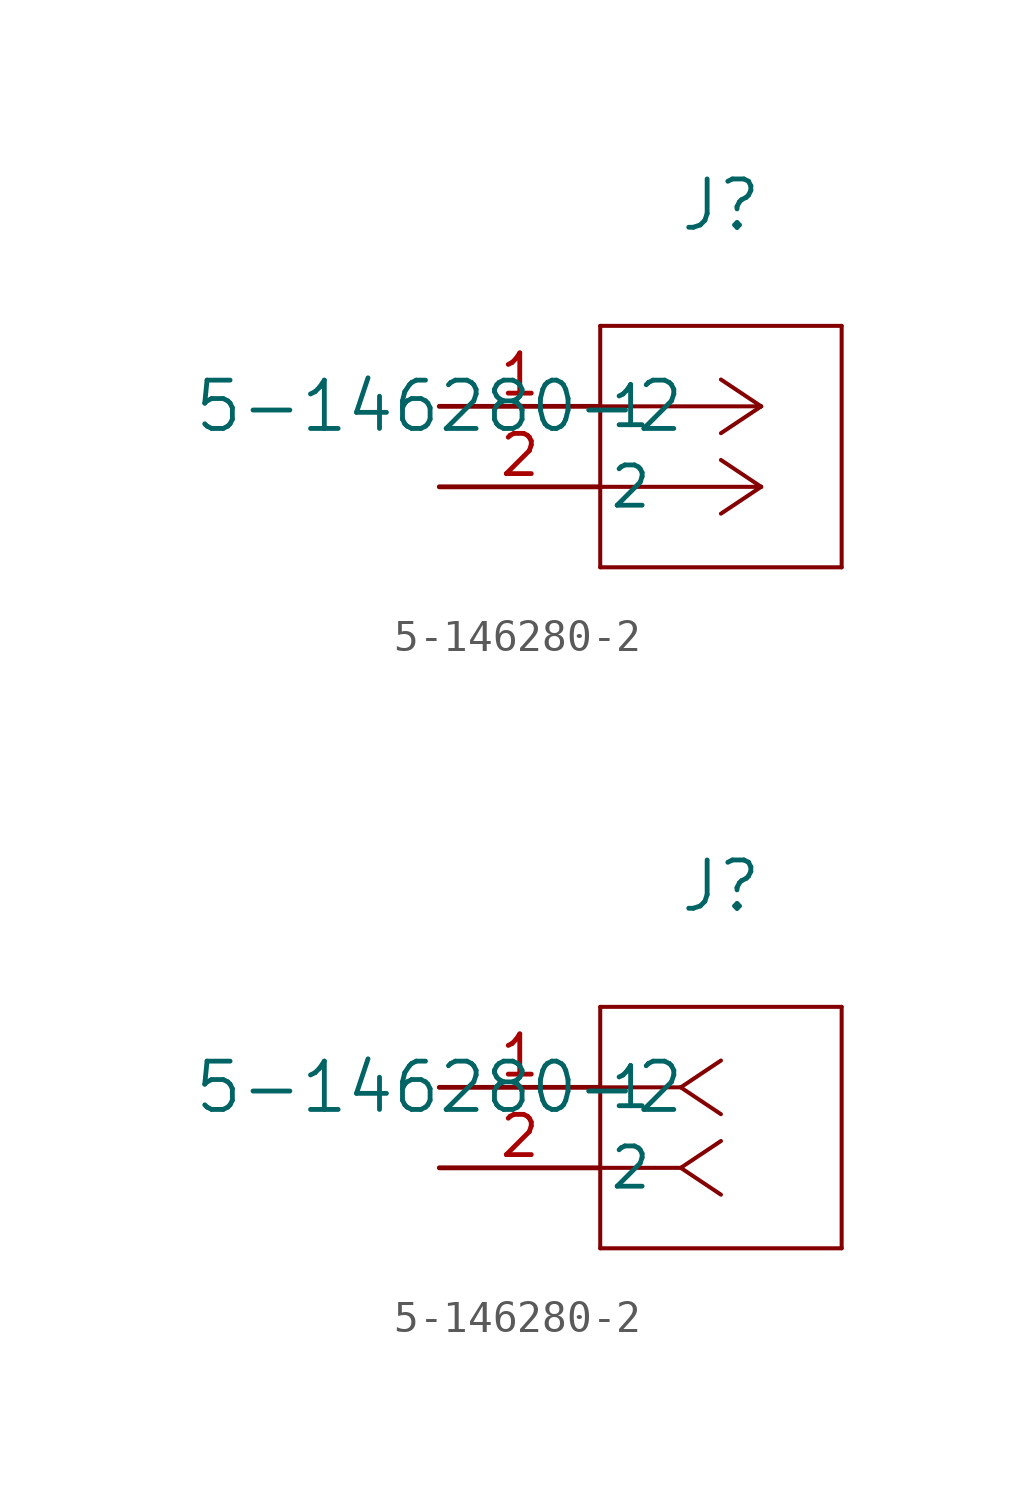
<source format=kicad_sym>
(kicad_symbol_lib
  (version 20211014)
  (generator kicad_symbol_editor)
  (symbol "5-146280-2"
    (pin_names
      (offset 0.254))
    (property "Reference" "J"
      (at 8.89 6.35 0)
      (effects (font (size 1.524 1.524))))
    (property "Value" "5-146280-2"
      (at 0 0 0)
      (effects (font (size 1.524 1.524))))
    (symbol "5-146280-2_1_1"
      (polyline (pts (xy 10.16 0) (xy 5.08 0)) (stroke (width 0.127) (type default) (color 0 0 0 0)) (fill (type none)))
      (polyline (pts (xy 10.16 -2.54) (xy 5.08 -2.54)) (stroke (width 0.127) (type default) (color 0 0 0 0)) (fill (type none)))
      (polyline (pts (xy 10.16 0) (xy 8.89 0.847)) (stroke (width 0.127) (type default) (color 0 0 0 0)) (fill (type none)))
      (polyline (pts (xy 10.16 -2.54) (xy 8.89 -1.693)) (stroke (width 0.127) (type default) (color 0 0 0 0)) (fill (type none)))
      (polyline (pts (xy 10.16 0) (xy 8.89 -0.847)) (stroke (width 0.127) (type default) (color 0 0 0 0)) (fill (type none)))
      (polyline (pts (xy 10.16 -2.54) (xy 8.89 -3.387)) (stroke (width 0.127) (type default) (color 0 0 0 0)) (fill (type none)))
      (polyline (pts (xy 5.08 2.54) (xy 5.08 -5.08)) (stroke (width 0.127) (type default) (color 0 0 0 0)) (fill (type none)))
      (polyline (pts (xy 5.08 -5.08) (xy 12.7 -5.08)) (stroke (width 0.127) (type default) (color 0 0 0 0)) (fill (type none)))
      (polyline (pts (xy 12.7 -5.08) (xy 12.7 2.54)) (stroke (width 0.127) (type default) (color 0 0 0 0)) (fill (type none)))
      (polyline (pts (xy 12.7 2.54) (xy 5.08 2.54)) (stroke (width 0.127) (type default) (color 0 0 0 0)) (fill (type none)))
      (pin unspecified line (at 0 0 0) (length 5.08) (name "1" (effects (font (size 1.27 1.27)))) (number "1" (effects (font (size 1.27 1.27)))))
      (pin unspecified line (at 0 -2.54 0) (length 5.08) (name "2" (effects (font (size 1.27 1.27)))) (number "2" (effects (font (size 1.27 1.27))))))
    (symbol "5-146280-2_1_2"
      (polyline (pts (xy 7.62 0) (xy 5.08 0)) (stroke (width 0.127) (type default) (color 0 0 0 0)) (fill (type none)))
      (polyline (pts (xy 7.62 -2.54) (xy 5.08 -2.54)) (stroke (width 0.127) (type default) (color 0 0 0 0)) (fill (type none)))
      (polyline (pts (xy 7.62 0) (xy 8.89 0.847)) (stroke (width 0.127) (type default) (color 0 0 0 0)) (fill (type none)))
      (polyline (pts (xy 7.62 -2.54) (xy 8.89 -1.693)) (stroke (width 0.127) (type default) (color 0 0 0 0)) (fill (type none)))
      (polyline (pts (xy 7.62 0) (xy 8.89 -0.847)) (stroke (width 0.127) (type default) (color 0 0 0 0)) (fill (type none)))
      (polyline (pts (xy 7.62 -2.54) (xy 8.89 -3.387)) (stroke (width 0.127) (type default) (color 0 0 0 0)) (fill (type none)))
      (polyline (pts (xy 5.08 2.54) (xy 5.08 -5.08)) (stroke (width 0.127) (type default) (color 0 0 0 0)) (fill (type none)))
      (polyline (pts (xy 5.08 -5.08) (xy 12.7 -5.08)) (stroke (width 0.127) (type default) (color 0 0 0 0)) (fill (type none)))
      (polyline (pts (xy 12.7 -5.08) (xy 12.7 2.54)) (stroke (width 0.127) (type default) (color 0 0 0 0)) (fill (type none)))
      (polyline (pts (xy 12.7 2.54) (xy 5.08 2.54)) (stroke (width 0.127) (type default) (color 0 0 0 0)) (fill (type none)))
      (pin unspecified line (at 0 0 0) (length 5.08) (name "1" (effects (font (size 1.27 1.27)))) (number "1" (effects (font (size 1.27 1.27)))))
      (pin unspecified line (at 0 -2.54 0) (length 5.08) (name "2" (effects (font (size 1.27 1.27)))) (number "2" (effects (font (size 1.27 1.27))))))))
</source>
